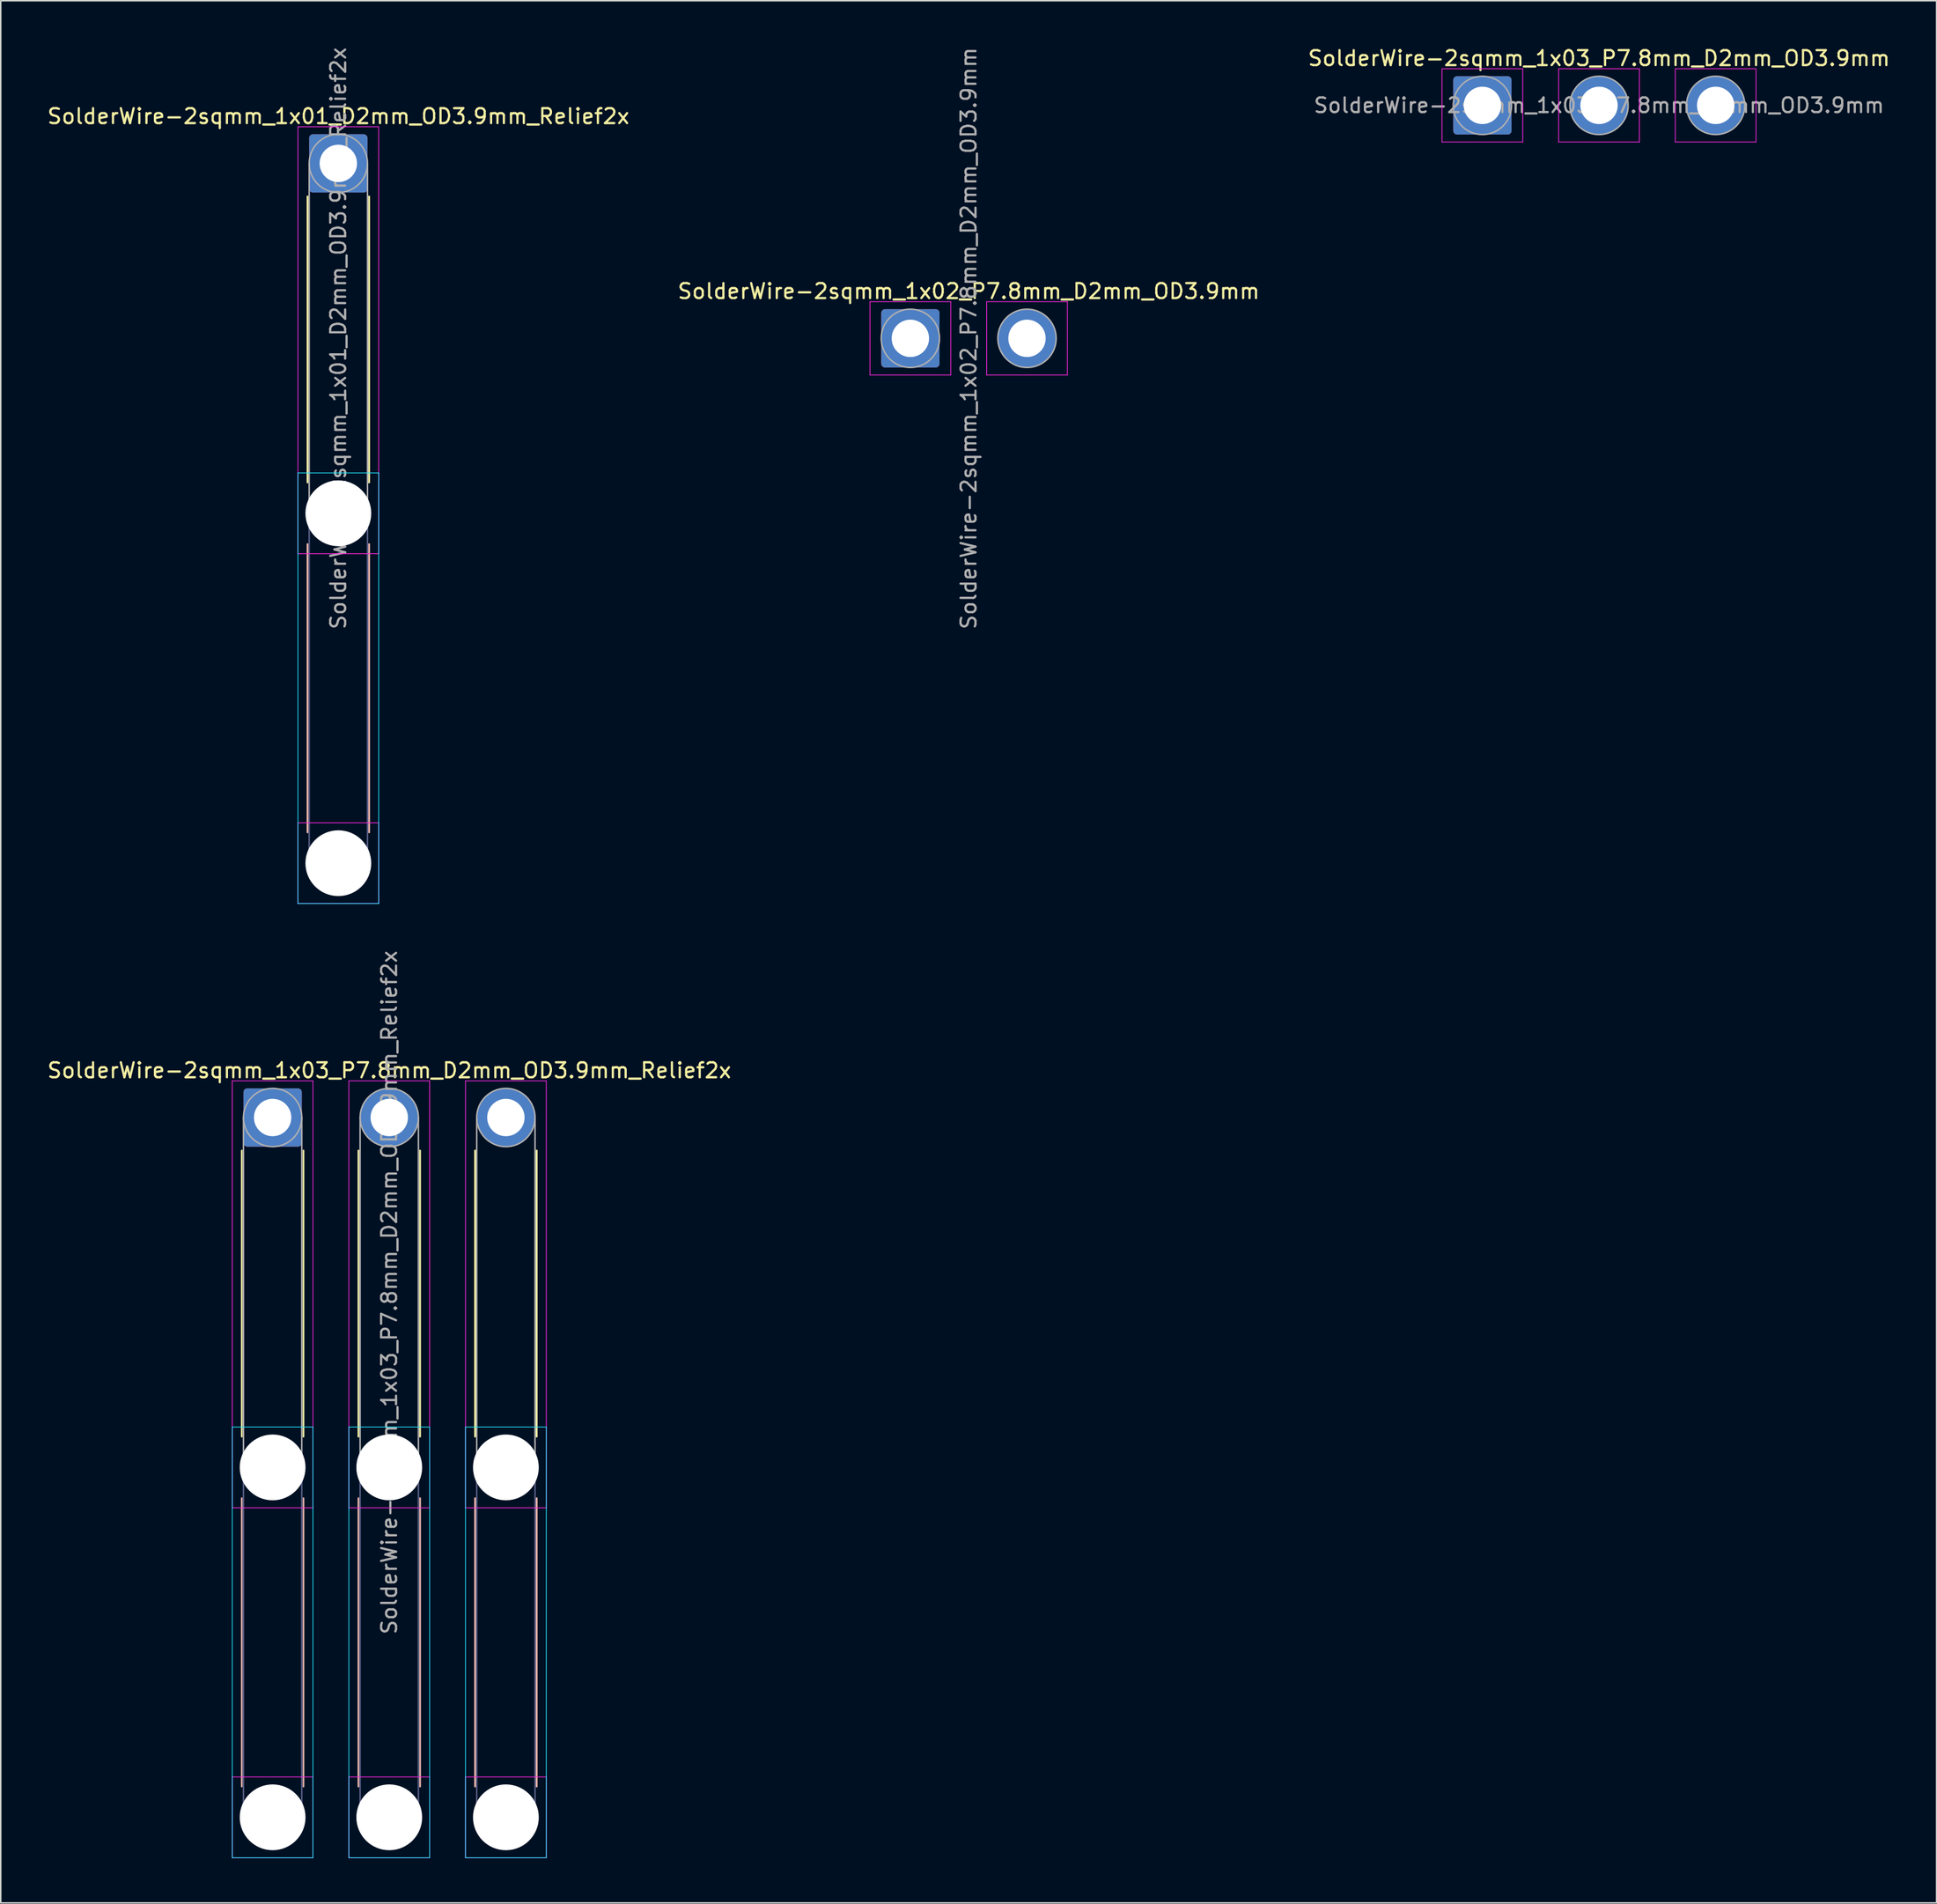
<source format=kicad_pcb>
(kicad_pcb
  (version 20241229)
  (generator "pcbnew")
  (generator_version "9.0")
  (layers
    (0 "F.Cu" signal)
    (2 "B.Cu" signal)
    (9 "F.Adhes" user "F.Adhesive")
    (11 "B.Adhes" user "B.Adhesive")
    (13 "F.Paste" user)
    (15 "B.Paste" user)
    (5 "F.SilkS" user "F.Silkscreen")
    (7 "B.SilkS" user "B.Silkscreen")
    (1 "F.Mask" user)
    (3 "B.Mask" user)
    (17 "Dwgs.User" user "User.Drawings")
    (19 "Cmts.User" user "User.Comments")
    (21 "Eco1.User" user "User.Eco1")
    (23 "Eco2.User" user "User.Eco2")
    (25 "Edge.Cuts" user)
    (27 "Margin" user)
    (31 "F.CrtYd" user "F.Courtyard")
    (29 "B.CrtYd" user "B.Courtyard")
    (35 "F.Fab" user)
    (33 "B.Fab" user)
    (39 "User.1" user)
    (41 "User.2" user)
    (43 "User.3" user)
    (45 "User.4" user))
  (footprint "SolderWire-2sqmm_1x03_P7.8mm_D2mm_OD3.9mm"
    (layer "F.Cu")
    (at 96.087 3.998)
    (property "Reference" "SolderWire-2sqmm_1x03_P7.8mm_D2mm_OD3.9mm" (at 7.8 -3.15 0) (layer "F.SilkS") (effects (font (size 1 1) (thickness 0.15))))
    (attr exclude_from_pos_files exclude_from_bom)
    (fp_line (start -2.7 -2.45) (end -2.7 2.45) (stroke (width 0.05) (type solid)) (layer "F.CrtYd"))
    (fp_line (start -2.7 2.45) (end 2.7 2.45) (stroke (width 0.05) (type solid)) (layer "F.CrtYd"))
    (fp_line (start 2.7 -2.45) (end -2.7 -2.45) (stroke (width 0.05) (type solid)) (layer "F.CrtYd"))
    (fp_line (start 2.7 2.45) (end 2.7 -2.45) (stroke (width 0.05) (type solid)) (layer "F.CrtYd"))
    (fp_line (start 5.1 -2.45) (end 5.1 2.45) (stroke (width 0.05) (type solid)) (layer "F.CrtYd"))
    (fp_line (start 5.1 2.45) (end 10.5 2.45) (stroke (width 0.05) (type solid)) (layer "F.CrtYd"))
    (fp_line (start 10.5 -2.45) (end 5.1 -2.45) (stroke (width 0.05) (type solid)) (layer "F.CrtYd"))
    (fp_line (start 10.5 2.45) (end 10.5 -2.45) (stroke (width 0.05) (type solid)) (layer "F.CrtYd"))
    (fp_line (start 12.9 -2.45) (end 12.9 2.45) (stroke (width 0.05) (type solid)) (layer "F.CrtYd"))
    (fp_line (start 12.9 2.45) (end 18.3 2.45) (stroke (width 0.05) (type solid)) (layer "F.CrtYd"))
    (fp_line (start 18.3 -2.45) (end 12.9 -2.45) (stroke (width 0.05) (type solid)) (layer "F.CrtYd"))
    (fp_line (start 18.3 2.45) (end 18.3 -2.45) (stroke (width 0.05) (type solid)) (layer "F.CrtYd"))
    (fp_circle (center 0 0) (end 1.95 0) (stroke (width 0.1) (type solid)) (fill no) (layer "F.Fab"))
    (fp_circle (center 7.8 0) (end 9.75 0) (stroke (width 0.1) (type solid)) (fill no) (layer "F.Fab"))
    (fp_circle (center 15.6 0) (end 17.55 0) (stroke (width 0.1) (type solid)) (fill no) (layer "F.Fab"))
    (fp_text user "${REFERENCE}" (at 7.8 0 0) (layer "F.Fab") (effects (font (size 0.98 0.98) (thickness 0.15))))
    (pad "1" thru_hole roundrect (at 0 0) (size 3.9 3.9) (drill 2.5) (layers "*.Cu" "*.Mask") (roundrect_rratio 0.064))
    (pad "2" thru_hole circle (at 7.8 0) (size 3.9 3.9) (drill 2.5) (layers "*.Cu" "*.Mask"))
    (pad "3" thru_hole circle (at 15.6 0) (size 3.9 3.9) (drill 2.5) (layers "*.Cu" "*.Mask")))
  (footprint "SolderWire-2sqmm_1x03_P7.8mm_D2mm_OD3.9mm_Relief2x"
    (layer "F.Cu")
    (at 15.182 71.685)
    (property "Reference" "SolderWire-2sqmm_1x03_P7.8mm_D2mm_OD3.9mm_Relief2x" (at 7.8 -3.15 0) (layer "F.SilkS") (effects (font (size 1 1) (thickness 0.15))))
    (attr exclude_from_pos_files exclude_from_bom)
    (fp_line (start -2.06 2.21) (end -2.06 21.34) (stroke (width 0.12) (type solid)) (layer "F.SilkS"))
    (fp_line (start 2.06 2.21) (end 2.06 21.34) (stroke (width 0.12) (type solid)) (layer "F.SilkS"))
    (fp_line (start 5.74 2.21) (end 5.74 21.34) (stroke (width 0.12) (type solid)) (layer "F.SilkS"))
    (fp_line (start 9.86 2.21) (end 9.86 21.34) (stroke (width 0.12) (type solid)) (layer "F.SilkS"))
    (fp_line (start 13.54 2.21) (end 13.54 21.34) (stroke (width 0.12) (type solid)) (layer "F.SilkS"))
    (fp_line (start 17.66 2.21) (end 17.66 21.34) (stroke (width 0.12) (type solid)) (layer "F.SilkS"))
    (fp_line (start -2.06 25.46) (end -2.06 44.74) (stroke (width 0.12) (type solid)) (layer "B.SilkS"))
    (fp_line (start 2.06 25.46) (end 2.06 44.74) (stroke (width 0.12) (type solid)) (layer "B.SilkS"))
    (fp_line (start 5.74 25.46) (end 5.74 44.74) (stroke (width 0.12) (type solid)) (layer "B.SilkS"))
    (fp_line (start 9.86 25.46) (end 9.86 44.74) (stroke (width 0.12) (type solid)) (layer "B.SilkS"))
    (fp_line (start 13.54 25.46) (end 13.54 44.74) (stroke (width 0.12) (type solid)) (layer "B.SilkS"))
    (fp_line (start 17.66 25.46) (end 17.66 44.74) (stroke (width 0.12) (type solid)) (layer "B.SilkS"))
    (fp_line (start -2.7 20.7) (end -2.7 49.5) (stroke (width 0.05) (type solid)) (layer "B.CrtYd"))
    (fp_line (start -2.7 49.5) (end 2.7 49.5) (stroke (width 0.05) (type solid)) (layer "B.CrtYd"))
    (fp_line (start 2.7 20.7) (end -2.7 20.7) (stroke (width 0.05) (type solid)) (layer "B.CrtYd"))
    (fp_line (start 2.7 49.5) (end 2.7 20.7) (stroke (width 0.05) (type solid)) (layer "B.CrtYd"))
    (fp_line (start 5.1 20.7) (end 5.1 49.5) (stroke (width 0.05) (type solid)) (layer "B.CrtYd"))
    (fp_line (start 5.1 49.5) (end 10.5 49.5) (stroke (width 0.05) (type solid)) (layer "B.CrtYd"))
    (fp_line (start 10.5 20.7) (end 5.1 20.7) (stroke (width 0.05) (type solid)) (layer "B.CrtYd"))
    (fp_line (start 10.5 49.5) (end 10.5 20.7) (stroke (width 0.05) (type solid)) (layer "B.CrtYd"))
    (fp_line (start 12.9 20.7) (end 12.9 49.5) (stroke (width 0.05) (type solid)) (layer "B.CrtYd"))
    (fp_line (start 12.9 49.5) (end 18.3 49.5) (stroke (width 0.05) (type solid)) (layer "B.CrtYd"))
    (fp_line (start 18.3 20.7) (end 12.9 20.7) (stroke (width 0.05) (type solid)) (layer "B.CrtYd"))
    (fp_line (start 18.3 49.5) (end 18.3 20.7) (stroke (width 0.05) (type solid)) (layer "B.CrtYd"))
    (fp_line (start -2.7 -2.45) (end -2.7 26.1) (stroke (width 0.05) (type solid)) (layer "F.CrtYd"))
    (fp_line (start -2.7 26.1) (end 2.7 26.1) (stroke (width 0.05) (type solid)) (layer "F.CrtYd"))
    (fp_line (start -2.7 44.1) (end -2.7 49.5) (stroke (width 0.05) (type solid)) (layer "F.CrtYd"))
    (fp_line (start -2.7 49.5) (end 2.7 49.5) (stroke (width 0.05) (type solid)) (layer "F.CrtYd"))
    (fp_line (start 2.7 -2.45) (end -2.7 -2.45) (stroke (width 0.05) (type solid)) (layer "F.CrtYd"))
    (fp_line (start 2.7 26.1) (end 2.7 -2.45) (stroke (width 0.05) (type solid)) (layer "F.CrtYd"))
    (fp_line (start 2.7 44.1) (end -2.7 44.1) (stroke (width 0.05) (type solid)) (layer "F.CrtYd"))
    (fp_line (start 2.7 49.5) (end 2.7 44.1) (stroke (width 0.05) (type solid)) (layer "F.CrtYd"))
    (fp_line (start 5.1 -2.45) (end 5.1 26.1) (stroke (width 0.05) (type solid)) (layer "F.CrtYd"))
    (fp_line (start 5.1 26.1) (end 10.5 26.1) (stroke (width 0.05) (type solid)) (layer "F.CrtYd"))
    (fp_line (start 5.1 44.1) (end 5.1 49.5) (stroke (width 0.05) (type solid)) (layer "F.CrtYd"))
    (fp_line (start 5.1 49.5) (end 10.5 49.5) (stroke (width 0.05) (type solid)) (layer "F.CrtYd"))
    (fp_line (start 10.5 -2.45) (end 5.1 -2.45) (stroke (width 0.05) (type solid)) (layer "F.CrtYd"))
    (fp_line (start 10.5 26.1) (end 10.5 -2.45) (stroke (width 0.05) (type solid)) (layer "F.CrtYd"))
    (fp_line (start 10.5 44.1) (end 5.1 44.1) (stroke (width 0.05) (type solid)) (layer "F.CrtYd"))
    (fp_line (start 10.5 49.5) (end 10.5 44.1) (stroke (width 0.05) (type solid)) (layer "F.CrtYd"))
    (fp_line (start 12.9 -2.45) (end 12.9 26.1) (stroke (width 0.05) (type solid)) (layer "F.CrtYd"))
    (fp_line (start 12.9 26.1) (end 18.3 26.1) (stroke (width 0.05) (type solid)) (layer "F.CrtYd"))
    (fp_line (start 12.9 44.1) (end 12.9 49.5) (stroke (width 0.05) (type solid)) (layer "F.CrtYd"))
    (fp_line (start 12.9 49.5) (end 18.3 49.5) (stroke (width 0.05) (type solid)) (layer "F.CrtYd"))
    (fp_line (start 18.3 -2.45) (end 12.9 -2.45) (stroke (width 0.05) (type solid)) (layer "F.CrtYd"))
    (fp_line (start 18.3 26.1) (end 18.3 -2.45) (stroke (width 0.05) (type solid)) (layer "F.CrtYd"))
    (fp_line (start 18.3 44.1) (end 12.9 44.1) (stroke (width 0.05) (type solid)) (layer "F.CrtYd"))
    (fp_line (start 18.3 49.5) (end 18.3 44.1) (stroke (width 0.05) (type solid)) (layer "F.CrtYd"))
    (fp_line (start -1.95 23.4) (end -1.95 46.8) (stroke (width 0.1) (type solid)) (layer "B.Fab"))
    (fp_line (start 1.95 23.4) (end 1.95 46.8) (stroke (width 0.1) (type solid)) (layer "B.Fab"))
    (fp_line (start 5.85 23.4) (end 5.85 46.8) (stroke (width 0.1) (type solid)) (layer "B.Fab"))
    (fp_line (start 9.75 23.4) (end 9.75 46.8) (stroke (width 0.1) (type solid)) (layer "B.Fab"))
    (fp_line (start 13.65 23.4) (end 13.65 46.8) (stroke (width 0.1) (type solid)) (layer "B.Fab"))
    (fp_line (start 17.55 23.4) (end 17.55 46.8) (stroke (width 0.1) (type solid)) (layer "B.Fab"))
    (fp_circle (center 0 23.4) (end 1.95 23.4) (stroke (width 0.1) (type solid)) (fill no) (layer "B.Fab"))
    (fp_circle (center 0 46.8) (end 1.95 46.8) (stroke (width 0.1) (type solid)) (fill no) (layer "B.Fab"))
    (fp_circle (center 7.8 23.4) (end 9.75 23.4) (stroke (width 0.1) (type solid)) (fill no) (layer "B.Fab"))
    (fp_circle (center 7.8 46.8) (end 9.75 46.8) (stroke (width 0.1) (type solid)) (fill no) (layer "B.Fab"))
    (fp_circle (center 15.6 23.4) (end 17.55 23.4) (stroke (width 0.1) (type solid)) (fill no) (layer "B.Fab"))
    (fp_circle (center 15.6 46.8) (end 17.55 46.8) (stroke (width 0.1) (type solid)) (fill no) (layer "B.Fab"))
    (fp_line (start -1.95 0) (end -1.95 23.4) (stroke (width 0.1) (type solid)) (layer "F.Fab"))
    (fp_line (start 1.95 0) (end 1.95 23.4) (stroke (width 0.1) (type solid)) (layer "F.Fab"))
    (fp_line (start 5.85 0) (end 5.85 23.4) (stroke (width 0.1) (type solid)) (layer "F.Fab"))
    (fp_line (start 9.75 0) (end 9.75 23.4) (stroke (width 0.1) (type solid)) (layer "F.Fab"))
    (fp_line (start 13.65 0) (end 13.65 23.4) (stroke (width 0.1) (type solid)) (layer "F.Fab"))
    (fp_line (start 17.55 0) (end 17.55 23.4) (stroke (width 0.1) (type solid)) (layer "F.Fab"))
    (fp_circle (center 0 0) (end 1.95 0) (stroke (width 0.1) (type solid)) (fill no) (layer "F.Fab"))
    (fp_circle (center 0 23.4) (end 1.95 23.4) (stroke (width 0.1) (type solid)) (fill no) (layer "F.Fab"))
    (fp_circle (center 0 46.8) (end 1.95 46.8) (stroke (width 0.1) (type solid)) (fill no) (layer "F.Fab"))
    (fp_circle (center 7.8 0) (end 9.75 0) (stroke (width 0.1) (type solid)) (fill no) (layer "F.Fab"))
    (fp_circle (center 7.8 23.4) (end 9.75 23.4) (stroke (width 0.1) (type solid)) (fill no) (layer "F.Fab"))
    (fp_circle (center 7.8 46.8) (end 9.75 46.8) (stroke (width 0.1) (type solid)) (fill no) (layer "F.Fab"))
    (fp_circle (center 15.6 0) (end 17.55 0) (stroke (width 0.1) (type solid)) (fill no) (layer "F.Fab"))
    (fp_circle (center 15.6 23.4) (end 17.55 23.4) (stroke (width 0.1) (type solid)) (fill no) (layer "F.Fab"))
    (fp_circle (center 15.6 46.8) (end 17.55 46.8) (stroke (width 0.1) (type solid)) (fill no) (layer "F.Fab"))
    (fp_text user "${REFERENCE}" (at 7.8 11.7 90) (layer "F.Fab") (effects (font (size 1 1) (thickness 0.15))))
    (pad "" np_thru_hole circle (at 0 23.4) (size 4.4 4.4) (drill 4.4) (layers "*.Cu" "*.Mask"))
    (pad "" np_thru_hole circle (at 0 46.8) (size 4.4 4.4) (drill 4.4) (layers "*.Cu" "*.Mask"))
    (pad "" np_thru_hole circle (at 7.8 23.4) (size 4.4 4.4) (drill 4.4) (layers "*.Cu" "*.Mask"))
    (pad "" np_thru_hole circle (at 7.8 46.8) (size 4.4 4.4) (drill 4.4) (layers "*.Cu" "*.Mask"))
    (pad "" np_thru_hole circle (at 15.6 23.4) (size 4.4 4.4) (drill 4.4) (layers "*.Cu" "*.Mask"))
    (pad "" np_thru_hole circle (at 15.6 46.8) (size 4.4 4.4) (drill 4.4) (layers "*.Cu" "*.Mask"))
    (pad "1" thru_hole roundrect (at 0 0) (size 3.9 3.9) (drill 2.5) (layers "*.Cu" "*.Mask") (roundrect_rratio 0.064))
    (pad "2" thru_hole circle (at 7.8 0) (size 3.9 3.9) (drill 2.5) (layers "*.Cu" "*.Mask"))
    (pad "3" thru_hole circle (at 15.6 0) (size 3.9 3.9) (drill 2.5) (layers "*.Cu" "*.Mask")))
  (footprint "SolderWire-2sqmm_1x02_P7.8mm_D2mm_OD3.9mm"
    (layer "F.Cu")
    (at 57.832 19.577)
    (property "Reference" "SolderWire-2sqmm_1x02_P7.8mm_D2mm_OD3.9mm" (at 3.9 -3.15 0) (layer "F.SilkS") (effects (font (size 1 1) (thickness 0.15))))
    (attr exclude_from_pos_files exclude_from_bom)
    (fp_line (start -2.7 -2.45) (end -2.7 2.45) (stroke (width 0.05) (type solid)) (layer "F.CrtYd"))
    (fp_line (start -2.7 2.45) (end 2.7 2.45) (stroke (width 0.05) (type solid)) (layer "F.CrtYd"))
    (fp_line (start 2.7 -2.45) (end -2.7 -2.45) (stroke (width 0.05) (type solid)) (layer "F.CrtYd"))
    (fp_line (start 2.7 2.45) (end 2.7 -2.45) (stroke (width 0.05) (type solid)) (layer "F.CrtYd"))
    (fp_line (start 5.1 -2.45) (end 5.1 2.45) (stroke (width 0.05) (type solid)) (layer "F.CrtYd"))
    (fp_line (start 5.1 2.45) (end 10.5 2.45) (stroke (width 0.05) (type solid)) (layer "F.CrtYd"))
    (fp_line (start 10.5 -2.45) (end 5.1 -2.45) (stroke (width 0.05) (type solid)) (layer "F.CrtYd"))
    (fp_line (start 10.5 2.45) (end 10.5 -2.45) (stroke (width 0.05) (type solid)) (layer "F.CrtYd"))
    (fp_circle (center 0 0) (end 1.95 0) (stroke (width 0.1) (type solid)) (fill no) (layer "F.Fab"))
    (fp_circle (center 7.8 0) (end 9.75 0) (stroke (width 0.1) (type solid)) (fill no) (layer "F.Fab"))
    (fp_text user "${REFERENCE}" (at 3.9 0 90) (layer "F.Fab") (effects (font (size 1 1) (thickness 0.15))))
    (pad "1" thru_hole roundrect (at 0 0) (size 3.9 3.9) (drill 2.5) (layers "*.Cu" "*.Mask") (roundrect_rratio 0.064))
    (pad "2" thru_hole circle (at 7.8 0) (size 3.9 3.9) (drill 2.5) (layers "*.Cu" "*.Mask")))
  (footprint "SolderWire-2sqmm_1x01_D2mm_OD3.9mm_Relief2x"
    (layer "F.Cu")
    (at 19.577 7.877)
    (property "Reference" "SolderWire-2sqmm_1x01_D2mm_OD3.9mm_Relief2x" (at 0 -3.15 0) (layer "F.SilkS") (effects (font (size 1 1) (thickness 0.15))))
    (attr exclude_from_pos_files exclude_from_bom)
    (fp_line (start -2.06 2.21) (end -2.06 21.34) (stroke (width 0.12) (type solid)) (layer "F.SilkS"))
    (fp_line (start 2.06 2.21) (end 2.06 21.34) (stroke (width 0.12) (type solid)) (layer "F.SilkS"))
    (fp_line (start -2.06 25.46) (end -2.06 44.74) (stroke (width 0.12) (type solid)) (layer "B.SilkS"))
    (fp_line (start 2.06 25.46) (end 2.06 44.74) (stroke (width 0.12) (type solid)) (layer "B.SilkS"))
    (fp_line (start -2.7 20.7) (end -2.7 49.5) (stroke (width 0.05) (type solid)) (layer "B.CrtYd"))
    (fp_line (start -2.7 49.5) (end 2.7 49.5) (stroke (width 0.05) (type solid)) (layer "B.CrtYd"))
    (fp_line (start 2.7 20.7) (end -2.7 20.7) (stroke (width 0.05) (type solid)) (layer "B.CrtYd"))
    (fp_line (start 2.7 49.5) (end 2.7 20.7) (stroke (width 0.05) (type solid)) (layer "B.CrtYd"))
    (fp_line (start -2.7 -2.45) (end -2.7 26.1) (stroke (width 0.05) (type solid)) (layer "F.CrtYd"))
    (fp_line (start -2.7 26.1) (end 2.7 26.1) (stroke (width 0.05) (type solid)) (layer "F.CrtYd"))
    (fp_line (start -2.7 44.1) (end -2.7 49.5) (stroke (width 0.05) (type solid)) (layer "F.CrtYd"))
    (fp_line (start -2.7 49.5) (end 2.7 49.5) (stroke (width 0.05) (type solid)) (layer "F.CrtYd"))
    (fp_line (start 2.7 -2.45) (end -2.7 -2.45) (stroke (width 0.05) (type solid)) (layer "F.CrtYd"))
    (fp_line (start 2.7 26.1) (end 2.7 -2.45) (stroke (width 0.05) (type solid)) (layer "F.CrtYd"))
    (fp_line (start 2.7 44.1) (end -2.7 44.1) (stroke (width 0.05) (type solid)) (layer "F.CrtYd"))
    (fp_line (start 2.7 49.5) (end 2.7 44.1) (stroke (width 0.05) (type solid)) (layer "F.CrtYd"))
    (fp_line (start -1.95 23.4) (end -1.95 46.8) (stroke (width 0.1) (type solid)) (layer "B.Fab"))
    (fp_line (start 1.95 23.4) (end 1.95 46.8) (stroke (width 0.1) (type solid)) (layer "B.Fab"))
    (fp_circle (center 0 23.4) (end 1.95 23.4) (stroke (width 0.1) (type solid)) (fill no) (layer "B.Fab"))
    (fp_circle (center 0 46.8) (end 1.95 46.8) (stroke (width 0.1) (type solid)) (fill no) (layer "B.Fab"))
    (fp_line (start -1.95 0) (end -1.95 23.4) (stroke (width 0.1) (type solid)) (layer "F.Fab"))
    (fp_line (start 1.95 0) (end 1.95 23.4) (stroke (width 0.1) (type solid)) (layer "F.Fab"))
    (fp_circle (center 0 0) (end 1.95 0) (stroke (width 0.1) (type solid)) (fill no) (layer "F.Fab"))
    (fp_circle (center 0 23.4) (end 1.95 23.4) (stroke (width 0.1) (type solid)) (fill no) (layer "F.Fab"))
    (fp_circle (center 0 46.8) (end 1.95 46.8) (stroke (width 0.1) (type solid)) (fill no) (layer "F.Fab"))
    (fp_text user "${REFERENCE}" (at 0 11.7 90) (layer "F.Fab") (effects (font (size 1 1) (thickness 0.15))))
    (pad "" np_thru_hole circle (at 0 23.4) (size 4.4 4.4) (drill 4.4) (layers "*.Cu" "*.Mask"))
    (pad "" np_thru_hole circle (at 0 46.8) (size 4.4 4.4) (drill 4.4) (layers "*.Cu" "*.Mask"))
    (pad "1" thru_hole roundrect (at 0 0) (size 3.9 3.9) (drill 2.5) (layers "*.Cu" "*.Mask") (roundrect_rratio 0.064)))
  (gr_rect
    (start -3 -3)
    (end 126.464 124.21)
    (stroke (width 0.1) (type default))
    (fill no)
    (layer "Edge.Cuts")))
</source>
